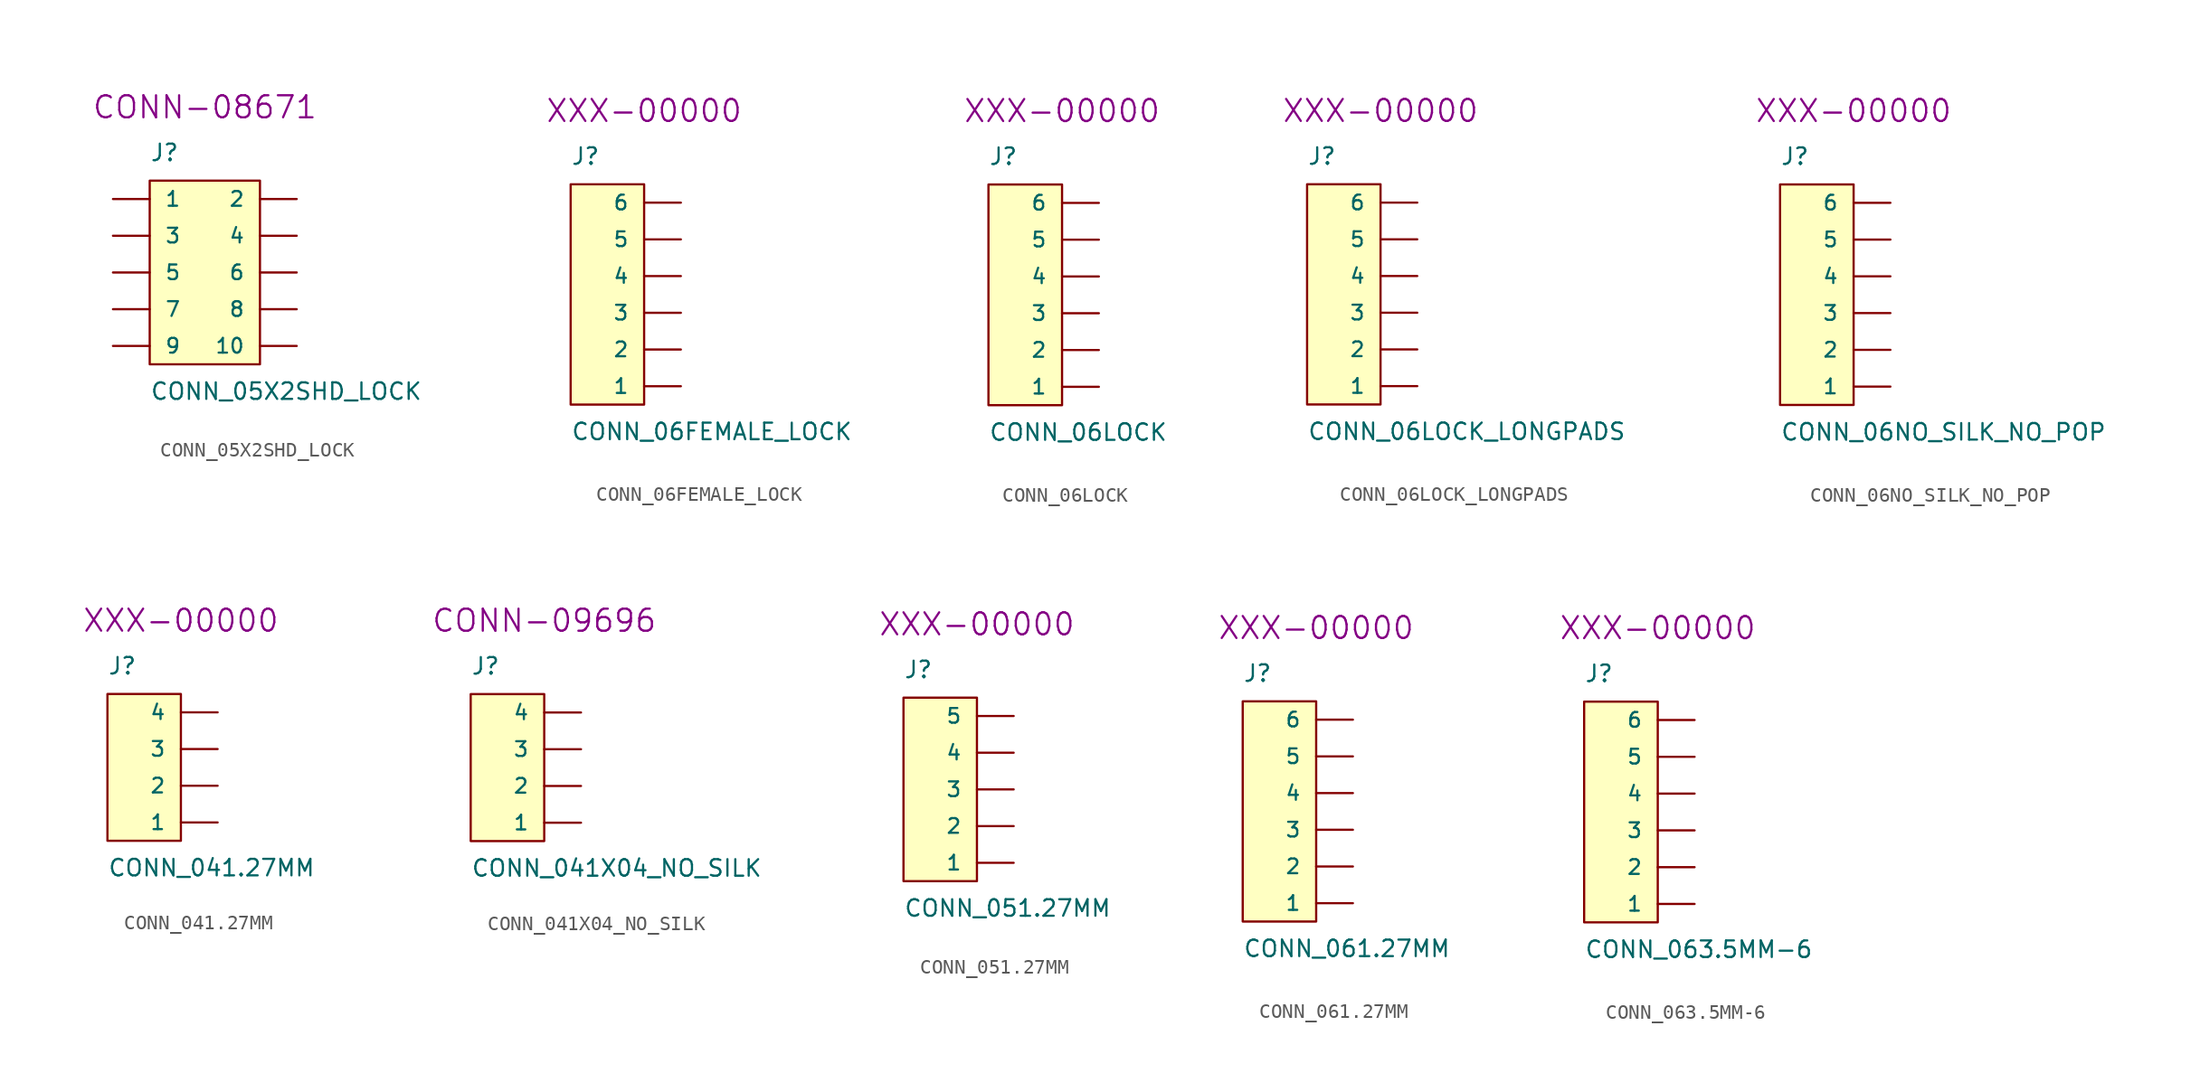
<source format=kicad_sym>
(kicad_symbol_lib
  (version 20201005)
  (generator kicad_symbol_editor)
  (symbol "CONN_05X2SHD_LOCK"
    (pin_numbers hide)
    (pin_names
      (offset 1.016))
    (property "Reference" "J"
      (at -3.81 7.62 0)
      (effects (font (size 1.143 1.143)) (justify left bottom)))
    (property "Value" "CONN_05X2SHD_LOCK"
      (at -3.81 -8.89 0)
      (effects (font (size 1.143 1.143)) (justify left bottom)))
    (property "Field4" "CONN-08671"
      (at 0 11.43 0)
      (effects (font (size 1.524 1.524))))
    (property "ki_locked" ""
      (at 0 0 0)
      (effects (font (size 1.27 1.27))))
    (symbol "CONN_05X2SHD_LOCK_0_1"
      (rectangle (start 3.81 -6.35) (end -3.81 6.35) (stroke (width 0)) (fill (type background))))
    (symbol "CONN_05X2SHD_LOCK_1_1"
      (pin passive line (at -6.35 5.08 0) (length 2.54) (name "1" (effects (font (size 1.016 1.016)))) (number "1" (effects (font (size 1.016 1.016)))))
      (pin passive line (at 6.35 5.08 180) (length 2.54) (name "2" (effects (font (size 1.016 1.016)))) (number "2" (effects (font (size 1.016 1.016)))))
      (pin passive line (at -6.35 2.54 0) (length 2.54) (name "3" (effects (font (size 1.016 1.016)))) (number "3" (effects (font (size 1.016 1.016)))))
      (pin passive line (at 6.35 2.54 180) (length 2.54) (name "4" (effects (font (size 1.016 1.016)))) (number "4" (effects (font (size 1.016 1.016)))))
      (pin passive line (at -6.35 0 0) (length 2.54) (name "5" (effects (font (size 1.016 1.016)))) (number "5" (effects (font (size 1.016 1.016)))))
      (pin passive line (at 6.35 0 180) (length 2.54) (name "6" (effects (font (size 1.016 1.016)))) (number "6" (effects (font (size 1.016 1.016)))))
      (pin passive line (at -6.35 -2.54 0) (length 2.54) (name "7" (effects (font (size 1.016 1.016)))) (number "7" (effects (font (size 1.016 1.016)))))
      (pin passive line (at 6.35 -2.54 180) (length 2.54) (name "8" (effects (font (size 1.016 1.016)))) (number "8" (effects (font (size 1.016 1.016)))))
      (pin passive line (at -6.35 -5.08 0) (length 2.54) (name "9" (effects (font (size 1.016 1.016)))) (number "9" (effects (font (size 1.016 1.016)))))
      (pin passive line (at 6.35 -5.08 180) (length 2.54) (name "10" (effects (font (size 1.016 1.016)))) (number "10" (effects (font (size 1.016 1.016)))))))
  (symbol "CONN_06FEMALE_LOCK"
    (pin_numbers hide)
    (pin_names
      (offset 1.016))
    (property "Reference" "J"
      (at -5.08 15.24 0)
      (effects (font (size 1.143 1.143)) (justify left bottom)))
    (property "Value" "CONN_06FEMALE_LOCK"
      (at -5.08 -3.81 0)
      (effects (font (size 1.143 1.143)) (justify left bottom)))
    (property "Field4" "XXX-00000"
      (at 0 19.05 0)
      (effects (font (size 1.524 1.524))))
    (property "ki_locked" ""
      (at 0 0 0)
      (effects (font (size 1.27 1.27))))
    (symbol "CONN_06FEMALE_LOCK_0_1"
      (rectangle (start 0 -1.27) (end -5.08 13.97) (stroke (width 0)) (fill (type background))))
    (symbol "CONN_06FEMALE_LOCK_1_1"
      (pin passive line (at 2.54 0 180) (length 2.54) (name "1" (effects (font (size 1.016 1.016)))) (number "1" (effects (font (size 1.016 1.016)))))
      (pin passive line (at 2.54 2.54 180) (length 2.54) (name "2" (effects (font (size 1.016 1.016)))) (number "2" (effects (font (size 1.016 1.016)))))
      (pin passive line (at 2.54 5.08 180) (length 2.54) (name "3" (effects (font (size 1.016 1.016)))) (number "3" (effects (font (size 1.016 1.016)))))
      (pin passive line (at 2.54 7.62 180) (length 2.54) (name "4" (effects (font (size 1.016 1.016)))) (number "4" (effects (font (size 1.016 1.016)))))
      (pin passive line (at 2.54 10.16 180) (length 2.54) (name "5" (effects (font (size 1.016 1.016)))) (number "5" (effects (font (size 1.016 1.016)))))
      (pin passive line (at 2.54 12.7 180) (length 2.54) (name "6" (effects (font (size 1.016 1.016)))) (number "6" (effects (font (size 1.016 1.016)))))))
  (symbol "CONN_06LOCK"
    (pin_numbers hide)
    (pin_names
      (offset 1.016))
    (property "Reference" "J"
      (at -5.08 15.24 0)
      (effects (font (size 1.143 1.143)) (justify left bottom)))
    (property "Value" "CONN_06LOCK"
      (at -5.08 -3.81 0)
      (effects (font (size 1.143 1.143)) (justify left bottom)))
    (property "Field4" "XXX-00000"
      (at 0 19.05 0)
      (effects (font (size 1.524 1.524))))
    (property "ki_locked" ""
      (at 0 0 0)
      (effects (font (size 1.27 1.27))))
    (symbol "CONN_06LOCK_0_1"
      (rectangle (start 0 -1.27) (end -5.08 13.97) (stroke (width 0)) (fill (type background))))
    (symbol "CONN_06LOCK_1_1"
      (pin passive line (at 2.54 0 180) (length 2.54) (name "1" (effects (font (size 1.016 1.016)))) (number "1" (effects (font (size 1.016 1.016)))))
      (pin passive line (at 2.54 2.54 180) (length 2.54) (name "2" (effects (font (size 1.016 1.016)))) (number "2" (effects (font (size 1.016 1.016)))))
      (pin passive line (at 2.54 5.08 180) (length 2.54) (name "3" (effects (font (size 1.016 1.016)))) (number "3" (effects (font (size 1.016 1.016)))))
      (pin passive line (at 2.54 7.62 180) (length 2.54) (name "4" (effects (font (size 1.016 1.016)))) (number "4" (effects (font (size 1.016 1.016)))))
      (pin passive line (at 2.54 10.16 180) (length 2.54) (name "5" (effects (font (size 1.016 1.016)))) (number "5" (effects (font (size 1.016 1.016)))))
      (pin passive line (at 2.54 12.7 180) (length 2.54) (name "6" (effects (font (size 1.016 1.016)))) (number "6" (effects (font (size 1.016 1.016)))))))
  (symbol "CONN_06LOCK_LONGPADS"
    (pin_numbers hide)
    (pin_names
      (offset 1.016))
    (property "Reference" "J"
      (at -5.08 15.24 0)
      (effects (font (size 1.143 1.143)) (justify left bottom)))
    (property "Value" "CONN_06LOCK_LONGPADS"
      (at -5.08 -3.81 0)
      (effects (font (size 1.143 1.143)) (justify left bottom)))
    (property "Field4" "XXX-00000"
      (at 0 19.05 0)
      (effects (font (size 1.524 1.524))))
    (property "ki_locked" ""
      (at 0 0 0)
      (effects (font (size 1.27 1.27))))
    (symbol "CONN_06LOCK_LONGPADS_0_1"
      (rectangle (start 0 -1.27) (end -5.08 13.97) (stroke (width 0)) (fill (type background))))
    (symbol "CONN_06LOCK_LONGPADS_1_1"
      (pin passive line (at 2.54 0 180) (length 2.54) (name "1" (effects (font (size 1.016 1.016)))) (number "1" (effects (font (size 1.016 1.016)))))
      (pin passive line (at 2.54 2.54 180) (length 2.54) (name "2" (effects (font (size 1.016 1.016)))) (number "2" (effects (font (size 1.016 1.016)))))
      (pin passive line (at 2.54 5.08 180) (length 2.54) (name "3" (effects (font (size 1.016 1.016)))) (number "3" (effects (font (size 1.016 1.016)))))
      (pin passive line (at 2.54 7.62 180) (length 2.54) (name "4" (effects (font (size 1.016 1.016)))) (number "4" (effects (font (size 1.016 1.016)))))
      (pin passive line (at 2.54 10.16 180) (length 2.54) (name "5" (effects (font (size 1.016 1.016)))) (number "5" (effects (font (size 1.016 1.016)))))
      (pin passive line (at 2.54 12.7 180) (length 2.54) (name "6" (effects (font (size 1.016 1.016)))) (number "6" (effects (font (size 1.016 1.016)))))))
  (symbol "CONN_06NO_SILK_NO_POP"
    (pin_numbers hide)
    (pin_names
      (offset 1.016))
    (property "Reference" "J"
      (at -5.08 15.24 0)
      (effects (font (size 1.143 1.143)) (justify left bottom)))
    (property "Value" "CONN_06NO_SILK_NO_POP"
      (at -5.08 -3.81 0)
      (effects (font (size 1.143 1.143)) (justify left bottom)))
    (property "Field4" "XXX-00000"
      (at 0 19.05 0)
      (effects (font (size 1.524 1.524))))
    (property "ki_locked" ""
      (at 0 0 0)
      (effects (font (size 1.27 1.27))))
    (symbol "CONN_06NO_SILK_NO_POP_0_1"
      (rectangle (start 0 -1.27) (end -5.08 13.97) (stroke (width 0)) (fill (type background))))
    (symbol "CONN_06NO_SILK_NO_POP_1_1"
      (pin passive line (at 2.54 0 180) (length 2.54) (name "1" (effects (font (size 1.016 1.016)))) (number "1" (effects (font (size 1.016 1.016)))))
      (pin passive line (at 2.54 2.54 180) (length 2.54) (name "2" (effects (font (size 1.016 1.016)))) (number "2" (effects (font (size 1.016 1.016)))))
      (pin passive line (at 2.54 5.08 180) (length 2.54) (name "3" (effects (font (size 1.016 1.016)))) (number "3" (effects (font (size 1.016 1.016)))))
      (pin passive line (at 2.54 7.62 180) (length 2.54) (name "4" (effects (font (size 1.016 1.016)))) (number "4" (effects (font (size 1.016 1.016)))))
      (pin passive line (at 2.54 10.16 180) (length 2.54) (name "5" (effects (font (size 1.016 1.016)))) (number "5" (effects (font (size 1.016 1.016)))))
      (pin passive line (at 2.54 12.7 180) (length 2.54) (name "6" (effects (font (size 1.016 1.016)))) (number "6" (effects (font (size 1.016 1.016)))))))
  (symbol "CONN_041.27MM"
    (pin_numbers hide)
    (pin_names
      (offset 1.016))
    (property "Reference" "J"
      (at -5.08 10.16 0)
      (effects (font (size 1.143 1.143)) (justify left bottom)))
    (property "Value" "CONN_041.27MM"
      (at -5.08 -3.81 0)
      (effects (font (size 1.143 1.143)) (justify left bottom)))
    (property "Field4" "XXX-00000"
      (at 0 13.97 0)
      (effects (font (size 1.524 1.524))))
    (property "ki_locked" ""
      (at 0 0 0)
      (effects (font (size 1.27 1.27))))
    (symbol "CONN_041.27MM_0_1"
      (rectangle (start 0 -1.27) (end -5.08 8.89) (stroke (width 0)) (fill (type background))))
    (symbol "CONN_041.27MM_1_1"
      (pin passive line (at 2.54 0 180) (length 2.54) (name "1" (effects (font (size 1.016 1.016)))) (number "1" (effects (font (size 1.016 1.016)))))
      (pin passive line (at 2.54 2.54 180) (length 2.54) (name "2" (effects (font (size 1.016 1.016)))) (number "2" (effects (font (size 1.016 1.016)))))
      (pin passive line (at 2.54 5.08 180) (length 2.54) (name "3" (effects (font (size 1.016 1.016)))) (number "3" (effects (font (size 1.016 1.016)))))
      (pin passive line (at 2.54 7.62 180) (length 2.54) (name "4" (effects (font (size 1.016 1.016)))) (number "4" (effects (font (size 1.016 1.016)))))))
  (symbol "CONN_041X04_NO_SILK"
    (pin_numbers hide)
    (pin_names
      (offset 1.016))
    (property "Reference" "J"
      (at -5.08 10.16 0)
      (effects (font (size 1.143 1.143)) (justify left bottom)))
    (property "Value" "CONN_041X04_NO_SILK"
      (at -5.08 -3.81 0)
      (effects (font (size 1.143 1.143)) (justify left bottom)))
    (property "Field4" "CONN-09696"
      (at 0 13.97 0)
      (effects (font (size 1.524 1.524))))
    (property "ki_locked" ""
      (at 0 0 0)
      (effects (font (size 1.27 1.27))))
    (symbol "CONN_041X04_NO_SILK_0_1"
      (rectangle (start 0 -1.27) (end -5.08 8.89) (stroke (width 0)) (fill (type background))))
    (symbol "CONN_041X04_NO_SILK_1_1"
      (pin passive line (at 2.54 0 180) (length 2.54) (name "1" (effects (font (size 1.016 1.016)))) (number "1" (effects (font (size 1.016 1.016)))))
      (pin passive line (at 2.54 2.54 180) (length 2.54) (name "2" (effects (font (size 1.016 1.016)))) (number "2" (effects (font (size 1.016 1.016)))))
      (pin passive line (at 2.54 5.08 180) (length 2.54) (name "3" (effects (font (size 1.016 1.016)))) (number "3" (effects (font (size 1.016 1.016)))))
      (pin passive line (at 2.54 7.62 180) (length 2.54) (name "4" (effects (font (size 1.016 1.016)))) (number "4" (effects (font (size 1.016 1.016)))))))
  (symbol "CONN_051.27MM"
    (pin_numbers hide)
    (pin_names
      (offset 1.016))
    (property "Reference" "J"
      (at -5.08 12.7 0)
      (effects (font (size 1.143 1.143)) (justify left bottom)))
    (property "Value" "CONN_051.27MM"
      (at -5.08 -3.81 0)
      (effects (font (size 1.143 1.143)) (justify left bottom)))
    (property "Field4" "XXX-00000"
      (at 0 16.51 0)
      (effects (font (size 1.524 1.524))))
    (property "ki_locked" ""
      (at 0 0 0)
      (effects (font (size 1.27 1.27))))
    (symbol "CONN_051.27MM_0_1"
      (rectangle (start 0 -1.27) (end -5.08 11.43) (stroke (width 0)) (fill (type background))))
    (symbol "CONN_051.27MM_1_1"
      (pin passive line (at 2.54 0 180) (length 2.54) (name "1" (effects (font (size 1.016 1.016)))) (number "1" (effects (font (size 1.016 1.016)))))
      (pin passive line (at 2.54 2.54 180) (length 2.54) (name "2" (effects (font (size 1.016 1.016)))) (number "2" (effects (font (size 1.016 1.016)))))
      (pin passive line (at 2.54 5.08 180) (length 2.54) (name "3" (effects (font (size 1.016 1.016)))) (number "3" (effects (font (size 1.016 1.016)))))
      (pin passive line (at 2.54 7.62 180) (length 2.54) (name "4" (effects (font (size 1.016 1.016)))) (number "4" (effects (font (size 1.016 1.016)))))
      (pin passive line (at 2.54 10.16 180) (length 2.54) (name "5" (effects (font (size 1.016 1.016)))) (number "5" (effects (font (size 1.016 1.016)))))))
  (symbol "CONN_061.27MM"
    (pin_numbers hide)
    (pin_names
      (offset 1.016))
    (property "Reference" "J"
      (at -5.08 15.24 0)
      (effects (font (size 1.143 1.143)) (justify left bottom)))
    (property "Value" "CONN_061.27MM"
      (at -5.08 -3.81 0)
      (effects (font (size 1.143 1.143)) (justify left bottom)))
    (property "Field4" "XXX-00000"
      (at 0 19.05 0)
      (effects (font (size 1.524 1.524))))
    (property "ki_locked" ""
      (at 0 0 0)
      (effects (font (size 1.27 1.27))))
    (symbol "CONN_061.27MM_0_1"
      (rectangle (start 0 -1.27) (end -5.08 13.97) (stroke (width 0)) (fill (type background))))
    (symbol "CONN_061.27MM_1_1"
      (pin passive line (at 2.54 0 180) (length 2.54) (name "1" (effects (font (size 1.016 1.016)))) (number "1" (effects (font (size 1.016 1.016)))))
      (pin passive line (at 2.54 2.54 180) (length 2.54) (name "2" (effects (font (size 1.016 1.016)))) (number "2" (effects (font (size 1.016 1.016)))))
      (pin passive line (at 2.54 5.08 180) (length 2.54) (name "3" (effects (font (size 1.016 1.016)))) (number "3" (effects (font (size 1.016 1.016)))))
      (pin passive line (at 2.54 7.62 180) (length 2.54) (name "4" (effects (font (size 1.016 1.016)))) (number "4" (effects (font (size 1.016 1.016)))))
      (pin passive line (at 2.54 10.16 180) (length 2.54) (name "5" (effects (font (size 1.016 1.016)))) (number "5" (effects (font (size 1.016 1.016)))))
      (pin passive line (at 2.54 12.7 180) (length 2.54) (name "6" (effects (font (size 1.016 1.016)))) (number "6" (effects (font (size 1.016 1.016)))))))
  (symbol "CONN_063.5MM-6"
    (pin_numbers hide)
    (pin_names
      (offset 1.016))
    (property "Reference" "J"
      (at -5.08 15.24 0)
      (effects (font (size 1.143 1.143)) (justify left bottom)))
    (property "Value" "CONN_063.5MM-6"
      (at -5.08 -3.81 0)
      (effects (font (size 1.143 1.143)) (justify left bottom)))
    (property "Field4" "XXX-00000"
      (at 0 19.05 0)
      (effects (font (size 1.524 1.524))))
    (property "ki_locked" ""
      (at 0 0 0)
      (effects (font (size 1.27 1.27))))
    (symbol "CONN_063.5MM-6_0_1"
      (rectangle (start 0 -1.27) (end -5.08 13.97) (stroke (width 0)) (fill (type background))))
    (symbol "CONN_063.5MM-6_1_1"
      (pin passive line (at 2.54 0 180) (length 2.54) (name "1" (effects (font (size 1.016 1.016)))) (number "1" (effects (font (size 1.016 1.016)))))
      (pin passive line (at 2.54 2.54 180) (length 2.54) (name "2" (effects (font (size 1.016 1.016)))) (number "2" (effects (font (size 1.016 1.016)))))
      (pin passive line (at 2.54 5.08 180) (length 2.54) (name "3" (effects (font (size 1.016 1.016)))) (number "3" (effects (font (size 1.016 1.016)))))
      (pin passive line (at 2.54 7.62 180) (length 2.54) (name "4" (effects (font (size 1.016 1.016)))) (number "4" (effects (font (size 1.016 1.016)))))
      (pin passive line (at 2.54 10.16 180) (length 2.54) (name "5" (effects (font (size 1.016 1.016)))) (number "5" (effects (font (size 1.016 1.016)))))
      (pin passive line (at 2.54 12.7 180) (length 2.54) (name "6" (effects (font (size 1.016 1.016)))) (number "6" (effects (font (size 1.016 1.016))))))))
</source>
